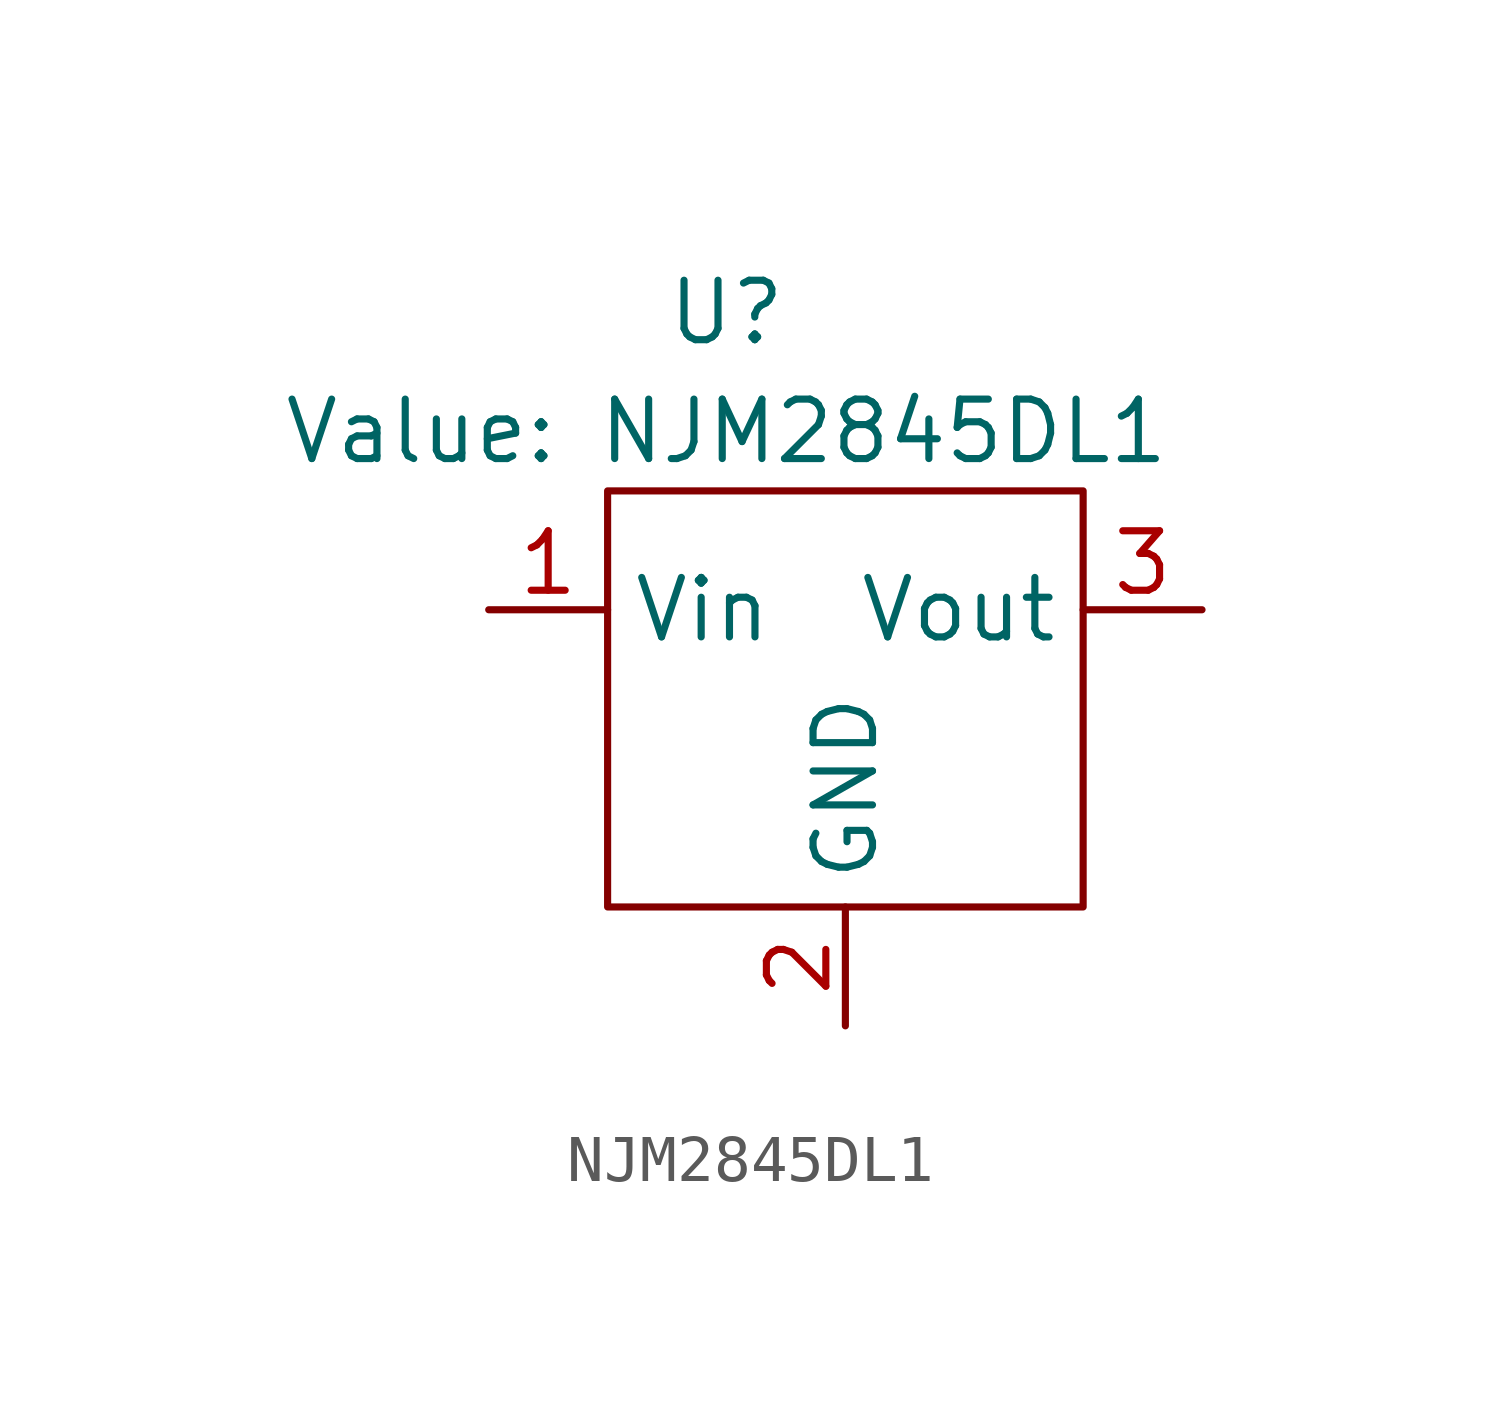
<source format=kicad_sym>
(kicad_symbol_lib
  (version 20220914)
  (generator kicad_symbol_editor)
  (symbol "NJM2845DL1"
    (property "Reference" "U"
      (at -2.54 7.62 0)
      (effects (font (size 1.27 1.27))))
    (property "Value" "NJM2845DL1"
      (at -2.54 5.08 0)
      (show_name)
      (effects (font (size 1.27 1.27))))
    (symbol "NJM2845DL1_0_1"
      (rectangle (start -5.08 3.81) (end 5.08 -5.08) (stroke (width 0) (type default)) (fill (type none))))
    (symbol "NJM2845DL1_1_1"
      (pin power_in line (at -7.62 1.27 0) (length 2.54) (name "Vin" (effects (font (size 1.27 1.27)))) (number "1" (effects (font (size 1.27 1.27)))))
      (pin power_in line (at 0 -7.62 90) (length 2.54) (name "GND" (effects (font (size 1.27 1.27)))) (number "2" (effects (font (size 1.27 1.27)))))
      (pin power_in line (at 7.62 1.27 180) (length 2.54) (name "Vout" (effects (font (size 1.27 1.27)))) (number "3" (effects (font (size 1.27 1.27))))))))
</source>
